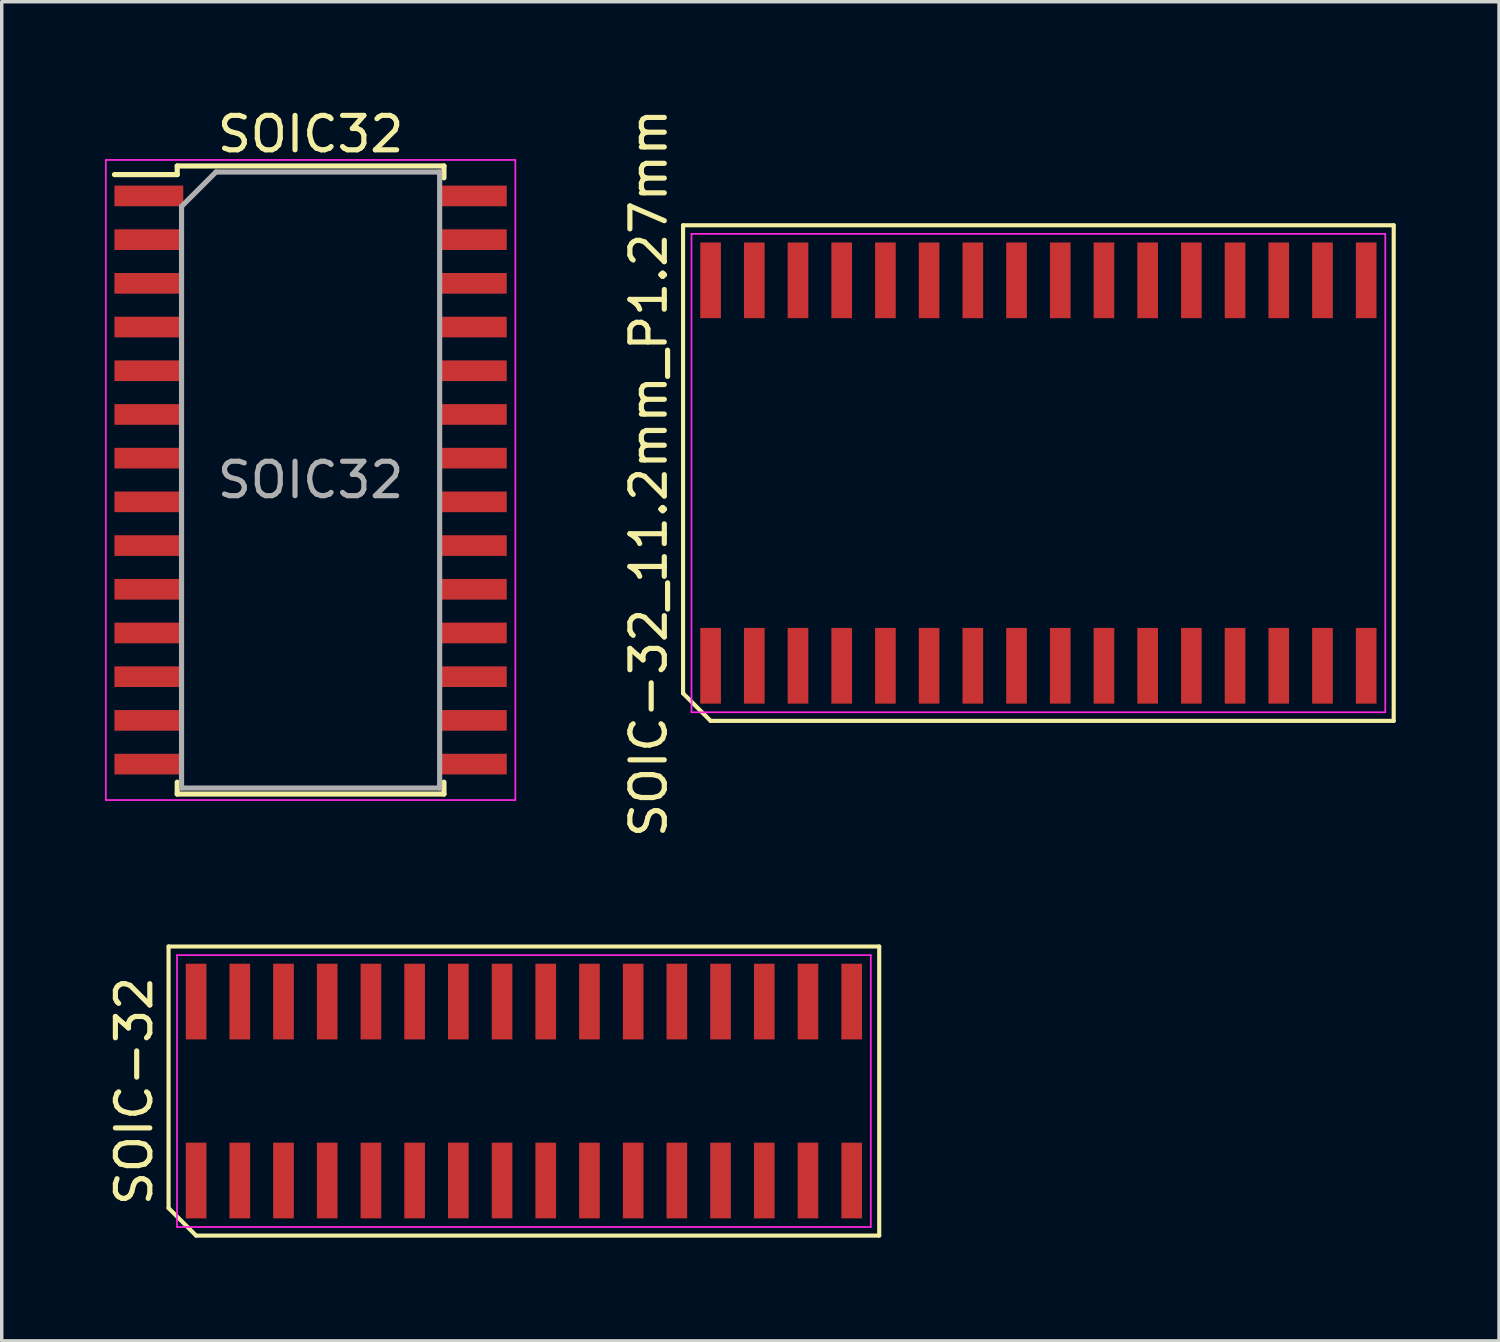
<source format=kicad_pcb>
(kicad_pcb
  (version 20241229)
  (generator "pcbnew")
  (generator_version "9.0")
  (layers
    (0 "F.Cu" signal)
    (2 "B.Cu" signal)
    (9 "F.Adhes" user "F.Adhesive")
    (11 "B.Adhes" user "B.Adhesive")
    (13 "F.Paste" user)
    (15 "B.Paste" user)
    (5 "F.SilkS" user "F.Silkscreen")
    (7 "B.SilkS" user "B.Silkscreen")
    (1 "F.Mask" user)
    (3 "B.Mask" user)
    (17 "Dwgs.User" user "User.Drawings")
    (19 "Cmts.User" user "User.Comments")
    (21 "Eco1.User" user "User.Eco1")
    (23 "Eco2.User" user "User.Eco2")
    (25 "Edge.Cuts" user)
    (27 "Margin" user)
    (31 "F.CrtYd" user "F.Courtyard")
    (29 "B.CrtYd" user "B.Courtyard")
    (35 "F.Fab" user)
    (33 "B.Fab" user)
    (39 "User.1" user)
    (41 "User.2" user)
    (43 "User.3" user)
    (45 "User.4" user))
  (footprint "SOIC-32_11.2mm_P1.27mm"
    (layer "F.Cu")
    (at 27.123 10.696)
    (property "Reference" "SOIC-32_11.2mm_P1.27mm" (at -11.325 0 90) (layer "F.SilkS") (effects (font (size 1 1) (thickness 0.15))))
    (attr smd)
    (fp_line (start -10.325 -7.2) (end 10.325 -7.2) (stroke (width 0.12) (type solid)) (layer "F.SilkS"))
    (fp_line (start -10.325 6.4) (end -10.325 -7.2) (stroke (width 0.12) (type solid)) (layer "F.SilkS"))
    (fp_line (start -9.525 7.2) (end -10.325 6.4) (stroke (width 0.12) (type solid)) (layer "F.SilkS"))
    (fp_line (start 10.325 -7.2) (end 10.325 7.2) (stroke (width 0.12) (type solid)) (layer "F.SilkS"))
    (fp_line (start 10.325 7.2) (end -9.525 7.2) (stroke (width 0.12) (type solid)) (layer "F.SilkS"))
    (fp_line (start -10.08 -6.95) (end 10.08 -6.95) (stroke (width 0.05) (type solid)) (layer "F.CrtYd"))
    (fp_line (start -10.08 6.95) (end -10.08 -6.95) (stroke (width 0.05) (type solid)) (layer "F.CrtYd"))
    (fp_line (start 10.08 -6.95) (end 10.08 6.95) (stroke (width 0.05) (type solid)) (layer "F.CrtYd"))
    (fp_line (start 10.08 6.95) (end -10.08 6.95) (stroke (width 0.05) (type solid)) (layer "F.CrtYd"))
    (pad "1" smd rect (at -9.525 5.6) (size 0.6 2.2) (layers "F.Cu" "F.Mask" "F.Paste"))
    (pad "2" smd rect (at -8.255 5.6) (size 0.6 2.2) (layers "F.Cu" "F.Mask" "F.Paste"))
    (pad "3" smd rect (at -6.985 5.6) (size 0.6 2.2) (layers "F.Cu" "F.Mask" "F.Paste"))
    (pad "4" smd rect (at -5.715 5.6) (size 0.6 2.2) (layers "F.Cu" "F.Mask" "F.Paste"))
    (pad "5" smd rect (at -4.445 5.6) (size 0.6 2.2) (layers "F.Cu" "F.Mask" "F.Paste"))
    (pad "6" smd rect (at -3.175 5.6) (size 0.6 2.2) (layers "F.Cu" "F.Mask" "F.Paste"))
    (pad "7" smd rect (at -1.905 5.6) (size 0.6 2.2) (layers "F.Cu" "F.Mask" "F.Paste"))
    (pad "8" smd rect (at -0.635 5.6) (size 0.6 2.2) (layers "F.Cu" "F.Mask" "F.Paste"))
    (pad "9" smd rect (at 0.635 5.6) (size 0.6 2.2) (layers "F.Cu" "F.Mask" "F.Paste"))
    (pad "10" smd rect (at 1.905 5.6) (size 0.6 2.2) (layers "F.Cu" "F.Mask" "F.Paste"))
    (pad "11" smd rect (at 3.175 5.6) (size 0.6 2.2) (layers "F.Cu" "F.Mask" "F.Paste"))
    (pad "12" smd rect (at 4.445 5.6) (size 0.6 2.2) (layers "F.Cu" "F.Mask" "F.Paste"))
    (pad "13" smd rect (at 5.715 5.6) (size 0.6 2.2) (layers "F.Cu" "F.Mask" "F.Paste"))
    (pad "14" smd rect (at 6.985 5.6) (size 0.6 2.2) (layers "F.Cu" "F.Mask" "F.Paste"))
    (pad "15" smd rect (at 8.255 5.6) (size 0.6 2.2) (layers "F.Cu" "F.Mask" "F.Paste"))
    (pad "16" smd rect (at 9.525 5.6) (size 0.6 2.2) (layers "F.Cu" "F.Mask" "F.Paste"))
    (pad "17" smd rect (at 9.525 -5.6) (size 0.6 2.2) (layers "F.Cu" "F.Mask" "F.Paste"))
    (pad "18" smd rect (at 8.255 -5.6) (size 0.6 2.2) (layers "F.Cu" "F.Mask" "F.Paste"))
    (pad "19" smd rect (at 6.985 -5.6) (size 0.6 2.2) (layers "F.Cu" "F.Mask" "F.Paste"))
    (pad "20" smd rect (at 5.715 -5.6) (size 0.6 2.2) (layers "F.Cu" "F.Mask" "F.Paste"))
    (pad "21" smd rect (at 4.445 -5.6) (size 0.6 2.2) (layers "F.Cu" "F.Mask" "F.Paste"))
    (pad "22" smd rect (at 3.175 -5.6) (size 0.6 2.2) (layers "F.Cu" "F.Mask" "F.Paste"))
    (pad "23" smd rect (at 1.905 -5.6) (size 0.6 2.2) (layers "F.Cu" "F.Mask" "F.Paste"))
    (pad "24" smd rect (at 0.635 -5.6) (size 0.6 2.2) (layers "F.Cu" "F.Mask" "F.Paste"))
    (pad "25" smd rect (at -0.635 -5.6) (size 0.6 2.2) (layers "F.Cu" "F.Mask" "F.Paste"))
    (pad "26" smd rect (at -1.905 -5.6) (size 0.6 2.2) (layers "F.Cu" "F.Mask" "F.Paste"))
    (pad "27" smd rect (at -3.175 -5.6) (size 0.6 2.2) (layers "F.Cu" "F.Mask" "F.Paste"))
    (pad "28" smd rect (at -4.445 -5.6) (size 0.6 2.2) (layers "F.Cu" "F.Mask" "F.Paste"))
    (pad "29" smd rect (at -5.715 -5.6) (size 0.6 2.2) (layers "F.Cu" "F.Mask" "F.Paste"))
    (pad "30" smd rect (at -6.985 -5.6) (size 0.6 2.2) (layers "F.Cu" "F.Mask" "F.Paste"))
    (pad "31" smd rect (at -8.255 -5.6) (size 0.6 2.2) (layers "F.Cu" "F.Mask" "F.Paste"))
    (pad "32" smd rect (at -9.525 -5.6) (size 0.6 2.2) (layers "F.Cu" "F.Mask" "F.Paste")))
  (footprint "SOIC-32"
    (layer "F.Cu")
    (at 12.173 28.653)
    (property "Reference" "SOIC-32" (at -11.325 0 90) (layer "F.SilkS") (effects (font (size 1 1) (thickness 0.15))))
    (attr smd)
    (fp_line (start -10.325 -4.2) (end 10.325 -4.2) (stroke (width 0.12) (type solid)) (layer "F.SilkS"))
    (fp_line (start -10.325 3.4) (end -10.325 -4.2) (stroke (width 0.12) (type solid)) (layer "F.SilkS"))
    (fp_line (start -9.525 4.2) (end -10.325 3.4) (stroke (width 0.12) (type solid)) (layer "F.SilkS"))
    (fp_line (start 10.325 -4.2) (end 10.325 4.2) (stroke (width 0.12) (type solid)) (layer "F.SilkS"))
    (fp_line (start 10.325 4.2) (end -9.525 4.2) (stroke (width 0.12) (type solid)) (layer "F.SilkS"))
    (fp_line (start -10.08 -3.95) (end 10.08 -3.95) (stroke (width 0.05) (type solid)) (layer "F.CrtYd"))
    (fp_line (start -10.08 3.95) (end -10.08 -3.95) (stroke (width 0.05) (type solid)) (layer "F.CrtYd"))
    (fp_line (start 10.08 -3.95) (end 10.08 3.95) (stroke (width 0.05) (type solid)) (layer "F.CrtYd"))
    (fp_line (start 10.08 3.95) (end -10.08 3.95) (stroke (width 0.05) (type solid)) (layer "F.CrtYd"))
    (pad "1" smd rect (at -9.525 2.6) (size 0.6 2.2) (layers "F.Cu" "F.Mask" "F.Paste"))
    (pad "2" smd rect (at -8.255 2.6) (size 0.6 2.2) (layers "F.Cu" "F.Mask" "F.Paste"))
    (pad "3" smd rect (at -6.985 2.6) (size 0.6 2.2) (layers "F.Cu" "F.Mask" "F.Paste"))
    (pad "4" smd rect (at -5.715 2.6) (size 0.6 2.2) (layers "F.Cu" "F.Mask" "F.Paste"))
    (pad "5" smd rect (at -4.445 2.6) (size 0.6 2.2) (layers "F.Cu" "F.Mask" "F.Paste"))
    (pad "6" smd rect (at -3.175 2.6) (size 0.6 2.2) (layers "F.Cu" "F.Mask" "F.Paste"))
    (pad "7" smd rect (at -1.905 2.6) (size 0.6 2.2) (layers "F.Cu" "F.Mask" "F.Paste"))
    (pad "8" smd rect (at -0.635 2.6) (size 0.6 2.2) (layers "F.Cu" "F.Mask" "F.Paste"))
    (pad "9" smd rect (at 0.635 2.6) (size 0.6 2.2) (layers "F.Cu" "F.Mask" "F.Paste"))
    (pad "10" smd rect (at 1.905 2.6) (size 0.6 2.2) (layers "F.Cu" "F.Mask" "F.Paste"))
    (pad "11" smd rect (at 3.175 2.6) (size 0.6 2.2) (layers "F.Cu" "F.Mask" "F.Paste"))
    (pad "12" smd rect (at 4.445 2.6) (size 0.6 2.2) (layers "F.Cu" "F.Mask" "F.Paste"))
    (pad "13" smd rect (at 5.715 2.6) (size 0.6 2.2) (layers "F.Cu" "F.Mask" "F.Paste"))
    (pad "14" smd rect (at 6.985 2.6) (size 0.6 2.2) (layers "F.Cu" "F.Mask" "F.Paste"))
    (pad "15" smd rect (at 8.255 2.6) (size 0.6 2.2) (layers "F.Cu" "F.Mask" "F.Paste"))
    (pad "16" smd rect (at 9.525 2.6) (size 0.6 2.2) (layers "F.Cu" "F.Mask" "F.Paste"))
    (pad "17" smd rect (at 9.525 -2.6) (size 0.6 2.2) (layers "F.Cu" "F.Mask" "F.Paste"))
    (pad "18" smd rect (at 8.255 -2.6) (size 0.6 2.2) (layers "F.Cu" "F.Mask" "F.Paste"))
    (pad "19" smd rect (at 6.985 -2.6) (size 0.6 2.2) (layers "F.Cu" "F.Mask" "F.Paste"))
    (pad "20" smd rect (at 5.715 -2.6) (size 0.6 2.2) (layers "F.Cu" "F.Mask" "F.Paste"))
    (pad "21" smd rect (at 4.445 -2.6) (size 0.6 2.2) (layers "F.Cu" "F.Mask" "F.Paste"))
    (pad "22" smd rect (at 3.175 -2.6) (size 0.6 2.2) (layers "F.Cu" "F.Mask" "F.Paste"))
    (pad "23" smd rect (at 1.905 -2.6) (size 0.6 2.2) (layers "F.Cu" "F.Mask" "F.Paste"))
    (pad "24" smd rect (at 0.635 -2.6) (size 0.6 2.2) (layers "F.Cu" "F.Mask" "F.Paste"))
    (pad "25" smd rect (at -0.635 -2.6) (size 0.6 2.2) (layers "F.Cu" "F.Mask" "F.Paste"))
    (pad "26" smd rect (at -1.905 -2.6) (size 0.6 2.2) (layers "F.Cu" "F.Mask" "F.Paste"))
    (pad "27" smd rect (at -3.175 -2.6) (size 0.6 2.2) (layers "F.Cu" "F.Mask" "F.Paste"))
    (pad "28" smd rect (at -4.445 -2.6) (size 0.6 2.2) (layers "F.Cu" "F.Mask" "F.Paste"))
    (pad "29" smd rect (at -5.715 -2.6) (size 0.6 2.2) (layers "F.Cu" "F.Mask" "F.Paste"))
    (pad "30" smd rect (at -6.985 -2.6) (size 0.6 2.2) (layers "F.Cu" "F.Mask" "F.Paste"))
    (pad "31" smd rect (at -8.255 -2.6) (size 0.6 2.2) (layers "F.Cu" "F.Mask" "F.Paste"))
    (pad "32" smd rect (at -9.525 -2.6) (size 0.6 2.2) (layers "F.Cu" "F.Mask" "F.Paste")))
  (footprint "SOIC32"
    (layer "F.Cu")
    (at 5.975 10.898)
    (property "Reference" "SOIC32" (at 0 -10.05 0) (layer "F.SilkS") (effects (font (size 1 1) (thickness 0.15))))
    (attr smd)
    (fp_line (start -3.875 -9.125) (end -3.875 -8.875) (stroke (width 0.15) (type solid)) (layer "F.SilkS"))
    (fp_line (start -3.875 -9.125) (end 3.875 -9.125) (stroke (width 0.15) (type solid)) (layer "F.SilkS"))
    (fp_line (start -3.875 -8.875) (end -5.7 -8.875) (stroke (width 0.15) (type solid)) (layer "F.SilkS"))
    (fp_line (start -3.875 9.125) (end -3.875 8.78) (stroke (width 0.15) (type solid)) (layer "F.SilkS"))
    (fp_line (start -3.875 9.125) (end 3.875 9.125) (stroke (width 0.15) (type solid)) (layer "F.SilkS"))
    (fp_line (start 3.875 -9.125) (end 3.875 -8.78) (stroke (width 0.15) (type solid)) (layer "F.SilkS"))
    (fp_line (start 3.875 9.125) (end 3.875 8.78) (stroke (width 0.15) (type solid)) (layer "F.SilkS"))
    (fp_line (start -5.95 -9.3) (end -5.95 9.3) (stroke (width 0.05) (type solid)) (layer "F.CrtYd"))
    (fp_line (start -5.95 -9.3) (end 5.95 -9.3) (stroke (width 0.05) (type solid)) (layer "F.CrtYd"))
    (fp_line (start -5.95 9.3) (end 5.95 9.3) (stroke (width 0.05) (type solid)) (layer "F.CrtYd"))
    (fp_line (start 5.95 -9.3) (end 5.95 9.3) (stroke (width 0.05) (type solid)) (layer "F.CrtYd"))
    (fp_line (start -3.75 -7.95) (end -2.75 -8.95) (stroke (width 0.15) (type solid)) (layer "F.Fab"))
    (fp_line (start -3.75 8.95) (end -3.75 -7.95) (stroke (width 0.15) (type solid)) (layer "F.Fab"))
    (fp_line (start -2.75 -8.95) (end 3.75 -8.95) (stroke (width 0.15) (type solid)) (layer "F.Fab"))
    (fp_line (start 3.75 -8.95) (end 3.75 8.95) (stroke (width 0.15) (type solid)) (layer "F.Fab"))
    (fp_line (start 3.75 8.95) (end -3.75 8.95) (stroke (width 0.15) (type solid)) (layer "F.Fab"))
    (fp_text user "${REFERENCE}" (at 0 0 0) (layer "F.Fab") (effects (font (size 1 1) (thickness 0.15))))
    (pad "1" smd rect (at -4.7 -8.255) (size 2 0.6) (layers "F.Cu" "F.Mask" "F.Paste"))
    (pad "2" smd rect (at -4.7 -6.985) (size 2 0.6) (layers "F.Cu" "F.Mask" "F.Paste"))
    (pad "3" smd rect (at -4.7 -5.715) (size 2 0.6) (layers "F.Cu" "F.Mask" "F.Paste"))
    (pad "4" smd rect (at -4.7 -4.445) (size 2 0.6) (layers "F.Cu" "F.Mask" "F.Paste"))
    (pad "5" smd rect (at -4.7 -3.175) (size 2 0.6) (layers "F.Cu" "F.Mask" "F.Paste"))
    (pad "6" smd rect (at -4.7 -1.905) (size 2 0.6) (layers "F.Cu" "F.Mask" "F.Paste"))
    (pad "7" smd rect (at -4.7 -0.635) (size 2 0.6) (layers "F.Cu" "F.Mask" "F.Paste"))
    (pad "8" smd rect (at -4.7 0.635) (size 2 0.6) (layers "F.Cu" "F.Mask" "F.Paste"))
    (pad "9" smd rect (at -4.7 1.905) (size 2 0.6) (layers "F.Cu" "F.Mask" "F.Paste"))
    (pad "10" smd rect (at -4.7 3.175) (size 2 0.6) (layers "F.Cu" "F.Mask" "F.Paste"))
    (pad "11" smd rect (at -4.7 4.445) (size 2 0.6) (layers "F.Cu" "F.Mask" "F.Paste"))
    (pad "12" smd rect (at -4.7 5.715) (size 2 0.6) (layers "F.Cu" "F.Mask" "F.Paste"))
    (pad "13" smd rect (at -4.7 6.985) (size 2 0.6) (layers "F.Cu" "F.Mask" "F.Paste"))
    (pad "14" smd rect (at -4.7 8.255) (size 2 0.6) (layers "F.Cu" "F.Mask" "F.Paste"))
    (pad "15" smd rect (at 4.7 8.255) (size 2 0.6) (layers "F.Cu" "F.Mask" "F.Paste"))
    (pad "16" smd rect (at 4.7 6.985) (size 2 0.6) (layers "F.Cu" "F.Mask" "F.Paste"))
    (pad "17" smd rect (at 4.7 5.715) (size 2 0.6) (layers "F.Cu" "F.Mask" "F.Paste"))
    (pad "18" smd rect (at 4.7 4.445) (size 2 0.6) (layers "F.Cu" "F.Mask" "F.Paste"))
    (pad "19" smd rect (at 4.7 3.175) (size 2 0.6) (layers "F.Cu" "F.Mask" "F.Paste"))
    (pad "20" smd rect (at 4.7 1.905) (size 2 0.6) (layers "F.Cu" "F.Mask" "F.Paste"))
    (pad "21" smd rect (at 4.7 0.635) (size 2 0.6) (layers "F.Cu" "F.Mask" "F.Paste"))
    (pad "22" smd rect (at 4.7 -0.635) (size 2 0.6) (layers "F.Cu" "F.Mask" "F.Paste"))
    (pad "23" smd rect (at 4.7 -1.905) (size 2 0.6) (layers "F.Cu" "F.Mask" "F.Paste"))
    (pad "24" smd rect (at 4.7 -3.175) (size 2 0.6) (layers "F.Cu" "F.Mask" "F.Paste"))
    (pad "25" smd rect (at 4.7 -4.445) (size 2 0.6) (layers "F.Cu" "F.Mask" "F.Paste"))
    (pad "26" smd rect (at 4.7 -5.715) (size 2 0.6) (layers "F.Cu" "F.Mask" "F.Paste"))
    (pad "27" smd rect (at 4.7 -6.985) (size 2 0.6) (layers "F.Cu" "F.Mask" "F.Paste"))
    (pad "28" smd rect (at 4.7 -8.255) (size 2 0.6) (layers "F.Cu" "F.Mask" "F.Paste")))
  (gr_rect
    (start -3 -3)
    (end 40.508 35.913)
    (stroke (width 0.1) (type default))
    (fill no)
    (layer "Edge.Cuts")))
</source>
